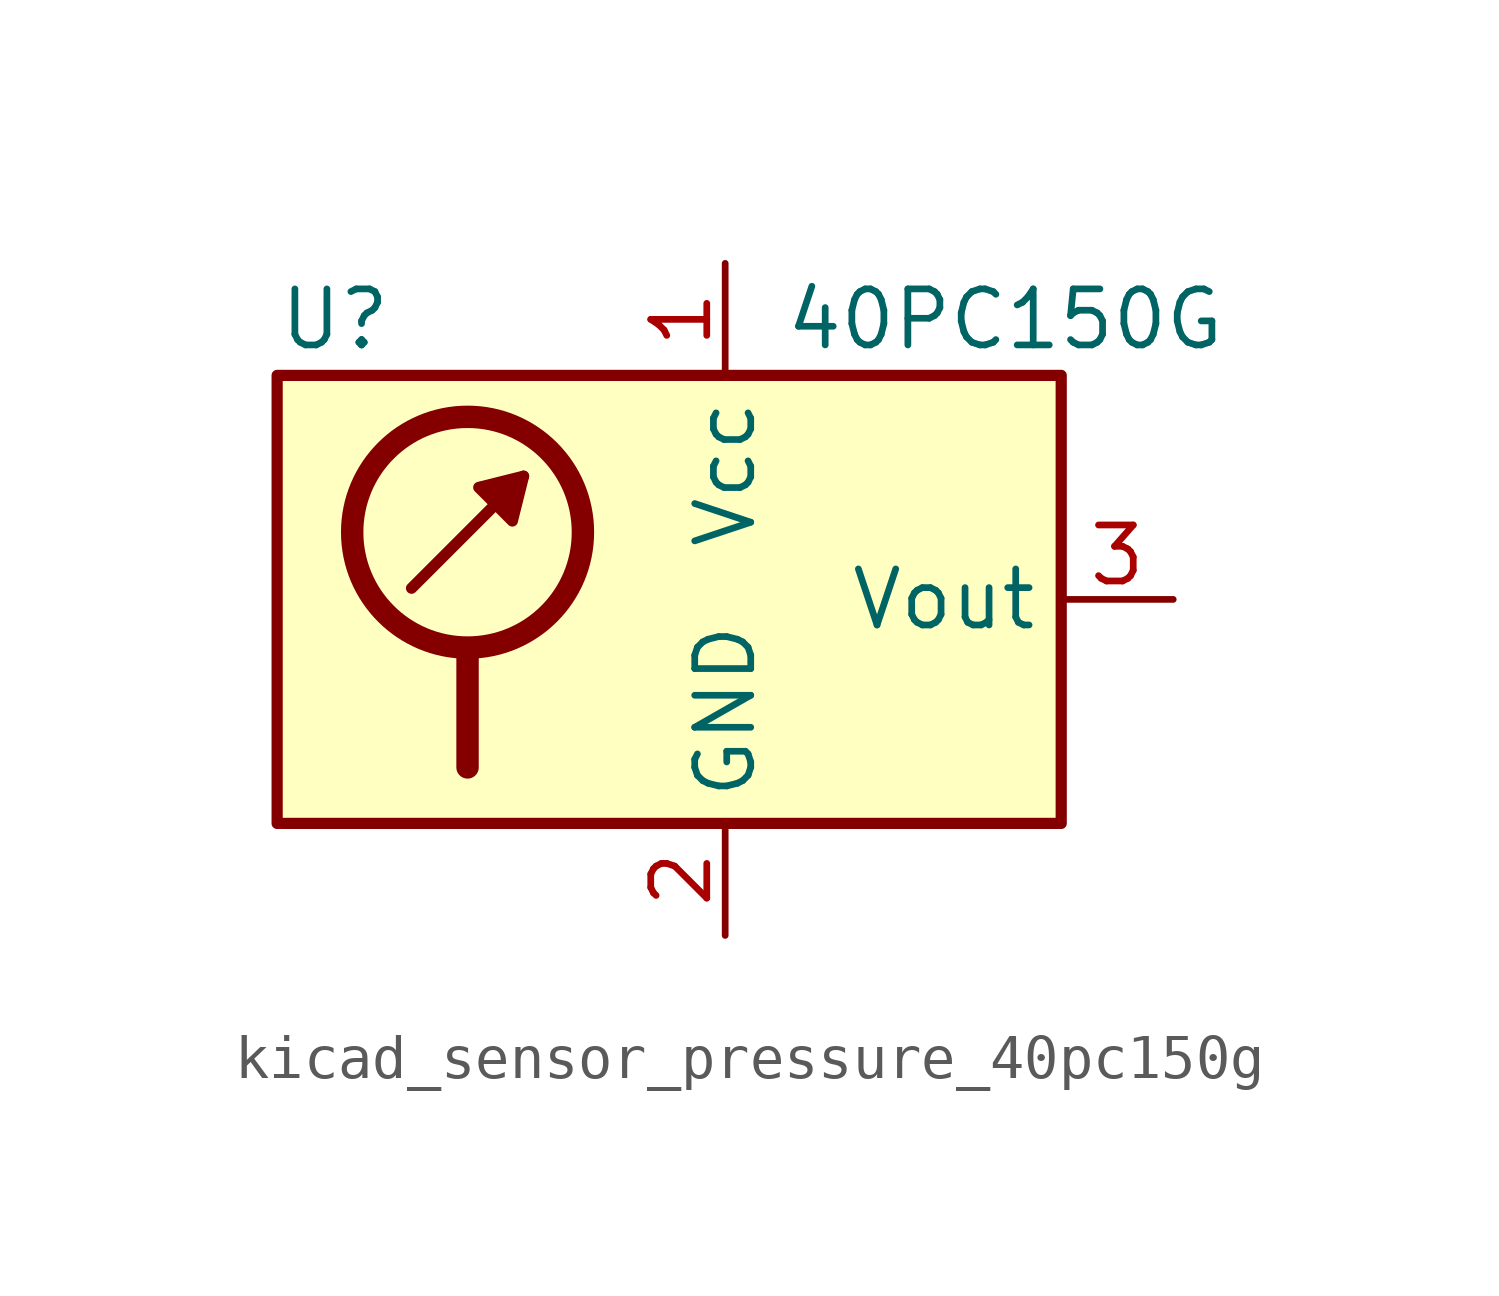
<source format=kicad_sym>
(kicad_symbol_lib
  (version 20220914)
  (generator kicad_symbol_editor)
  (symbol "kicad_sensor_pressure_40pc150g"
    (property "Reference" "U"
      (at -10.16 6.35 0)
      (effects (font (size 1.27 1.27)) (justify left)))
    (property "Value" "40PC150G"
      (at 6.35 6.35 0)
      (effects (font (size 1.27 1.27))))
    (symbol "kicad_sensor_pressure_40pc150g_0_1"
      (circle (center -5.842 1.524) (radius 2.616) (stroke (width 0.508) (type default)) (fill (type none)))
      (polyline (pts (xy -7.112 0.254) (xy -4.572 2.794)) (stroke (width 0.254) (type default)) (fill (type none)))
      (polyline (pts (xy -5.842 -1.27) (xy -5.842 -3.81)) (stroke (width 0.508) (type default)) (fill (type none)))
      (polyline (pts (xy -4.572 2.794) (xy -4.826 1.778) (xy -5.588 2.54) (xy -4.572 2.794)) (stroke (width 0.254) (type default)) (fill (type outline)))
      (rectangle (start 7.62 5.08) (end -10.16 -5.08) (stroke (width 0.254) (type default)) (fill (type background))))
    (symbol "kicad_sensor_pressure_40pc150g_1_1"
      (pin power_in line (at 0 7.62 270) (length 2.54) (name "Vcc" (effects (font (size 1.27 1.27)))) (number "1" (effects (font (size 1.27 1.27)))))
      (pin power_in line (at 0 -7.62 90) (length 2.54) (name "GND" (effects (font (size 1.27 1.27)))) (number "2" (effects (font (size 1.27 1.27)))))
      (pin output line (at 10.16 0 180) (length 2.54) (name "Vout" (effects (font (size 1.27 1.27)))) (number "3" (effects (font (size 1.27 1.27)))))
      (pin no_connect line (at -7.62 -5.08 90) (length 2.54) hide (name "NC" (effects (font (size 1.27 1.27)))) (number "4" (effects (font (size 1.27 1.27)))))
      (pin no_connect line (at -5.08 -5.08 90) (length 2.54) hide (name "NC" (effects (font (size 1.27 1.27)))) (number "5" (effects (font (size 1.27 1.27)))))
      (pin no_connect line (at -2.54 -5.08 90) (length 2.54) hide (name "NC" (effects (font (size 1.27 1.27)))) (number "6" (effects (font (size 1.27 1.27))))))))
</source>
